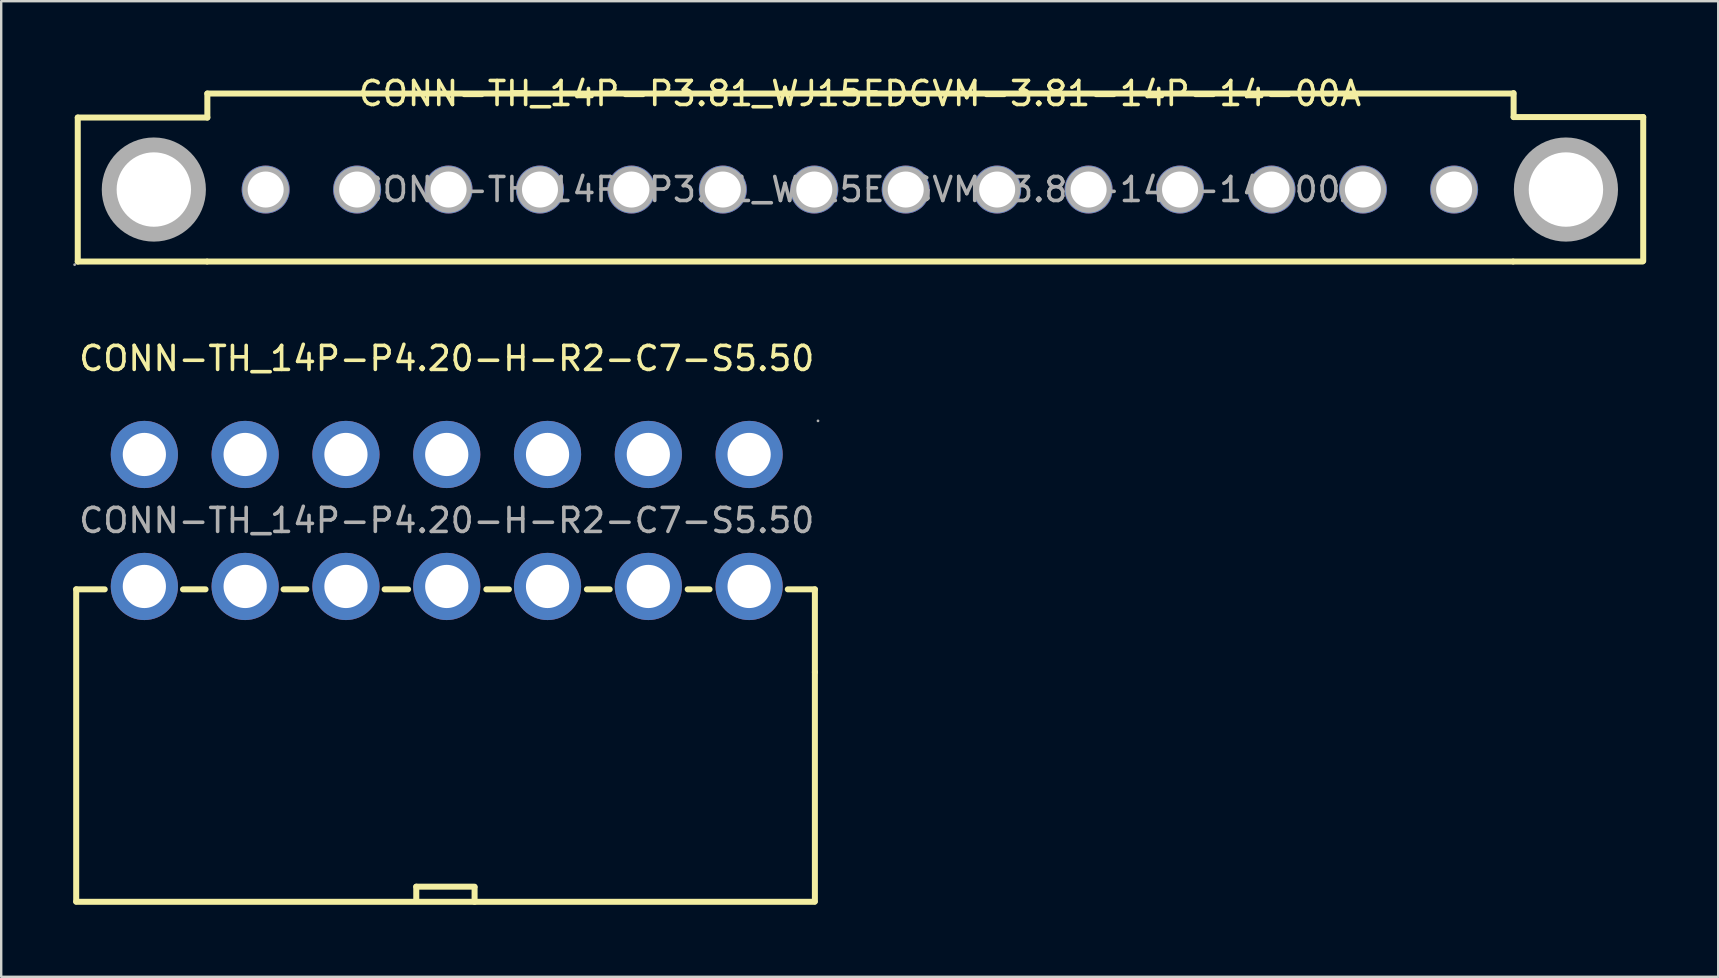
<source format=kicad_pcb>
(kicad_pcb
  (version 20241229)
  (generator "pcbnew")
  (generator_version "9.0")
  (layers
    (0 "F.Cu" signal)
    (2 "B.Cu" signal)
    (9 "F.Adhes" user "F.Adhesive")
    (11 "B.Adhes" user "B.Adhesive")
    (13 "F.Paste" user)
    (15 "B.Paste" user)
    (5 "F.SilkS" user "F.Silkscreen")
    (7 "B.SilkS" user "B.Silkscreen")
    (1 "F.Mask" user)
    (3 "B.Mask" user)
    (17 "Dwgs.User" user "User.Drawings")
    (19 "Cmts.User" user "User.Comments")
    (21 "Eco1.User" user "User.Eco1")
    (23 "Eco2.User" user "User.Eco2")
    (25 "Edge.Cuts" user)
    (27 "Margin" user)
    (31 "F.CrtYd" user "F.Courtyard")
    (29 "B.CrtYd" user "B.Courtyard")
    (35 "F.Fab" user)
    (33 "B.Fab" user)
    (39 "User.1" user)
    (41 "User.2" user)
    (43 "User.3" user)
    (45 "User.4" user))
  (footprint "CONN-TH_14P-P3.81_WJ15EDGVM-3.81-14P-14-00A"
    (layer "F.Cu")
    (at 32.78 4.848)
    (property "Reference" "CONN-TH_14P-P3.81_WJ15EDGVM-3.81-14P-14-00A" (at 0 -4 0) (layer "F.SilkS") (effects (font (size 1 1) (thickness 0.15))))
    (attr through_hole)
    (fp_line (start -32.59 -3) (end -27.19 -3) (stroke (width 0.25) (type solid)) (layer "F.SilkS"))
    (fp_line (start -32.59 3) (end -32.59 -3) (stroke (width 0.25) (type solid)) (layer "F.SilkS"))
    (fp_line (start -32.59 3) (end -27.21 3) (stroke (width 0.25) (type solid)) (layer "F.SilkS"))
    (fp_line (start -27.19 -4) (end -27.19 -3) (stroke (width 0.25) (type solid)) (layer "F.SilkS"))
    (fp_line (start -27.19 -4) (end 27.23 -4) (stroke (width 0.25) (type solid)) (layer "F.SilkS"))
    (fp_line (start -27.19 3) (end 27.21 3) (stroke (width 0.25) (type solid)) (layer "F.SilkS"))
    (fp_line (start 27.23 3) (end 32.61 3) (stroke (width 0.25) (type solid)) (layer "F.SilkS"))
    (fp_line (start 27.24 -4.02) (end 27.24 -3.02) (stroke (width 0.25) (type solid)) (layer "F.SilkS"))
    (fp_line (start 32.64 -3.02) (end 27.24 -3.02) (stroke (width 0.25) (type solid)) (layer "F.SilkS"))
    (fp_line (start 32.64 2.98) (end 32.64 -3.02) (stroke (width 0.25) (type solid)) (layer "F.SilkS"))
    (fp_circle (center -32.72 3.13) (end -32.69 3.13) (stroke (width 0.06) (type solid)) (fill no) (layer "F.Fab"))
    (fp_circle (center -29.42 0) (end -28.7 0) (stroke (width 1.45) (type solid)) (fill no) (layer "F.Fab"))
    (fp_circle (center -24.76 0) (end -24.44 0) (stroke (width 0.65) (type solid)) (fill no) (layer "F.Fab"))
    (fp_circle (center -20.95 0) (end -20.63 0) (stroke (width 0.65) (type solid)) (fill no) (layer "F.Fab"))
    (fp_circle (center -17.14 0) (end -16.82 0) (stroke (width 0.65) (type solid)) (fill no) (layer "F.Fab"))
    (fp_circle (center -13.33 0) (end -13.01 0) (stroke (width 0.65) (type solid)) (fill no) (layer "F.Fab"))
    (fp_circle (center -9.52 0) (end -9.2 0) (stroke (width 0.65) (type solid)) (fill no) (layer "F.Fab"))
    (fp_circle (center -5.71 0) (end -5.39 0) (stroke (width 0.65) (type solid)) (fill no) (layer "F.Fab"))
    (fp_circle (center -1.9 0) (end -1.58 0) (stroke (width 0.65) (type solid)) (fill no) (layer "F.Fab"))
    (fp_circle (center 1.91 0) (end 2.23 0) (stroke (width 0.65) (type solid)) (fill no) (layer "F.Fab"))
    (fp_circle (center 5.72 0) (end 6.04 0) (stroke (width 0.65) (type solid)) (fill no) (layer "F.Fab"))
    (fp_circle (center 9.53 0) (end 9.85 0) (stroke (width 0.65) (type solid)) (fill no) (layer "F.Fab"))
    (fp_circle (center 13.34 0) (end 13.66 0) (stroke (width 0.65) (type solid)) (fill no) (layer "F.Fab"))
    (fp_circle (center 17.15 0) (end 17.47 0) (stroke (width 0.65) (type solid)) (fill no) (layer "F.Fab"))
    (fp_circle (center 20.96 0) (end 21.28 0) (stroke (width 0.65) (type solid)) (fill no) (layer "F.Fab"))
    (fp_circle (center 24.76 0) (end 25.08 0) (stroke (width 0.65) (type solid)) (fill no) (layer "F.Fab"))
    (fp_circle (center 29.42 0) (end 30.14 0) (stroke (width 1.45) (type solid)) (fill no) (layer "F.Fab"))
    (fp_text user "${REFERENCE}" (at 0 0 0) (layer "F.Fab") (effects (font (size 1 1) (thickness 0.15))))
    (pad "" thru_hole circle (at -29.42 0) (size 3.1 3.1) (drill 3.1) (layers "*.Cu" "*.Mask"))
    (pad "" thru_hole circle (at 29.42 0) (size 3.1 3.1) (drill 3.1) (layers "*.Cu" "*.Mask"))
    (pad "1" thru_hole circle (at -24.76 0) (size 2 2) (drill 1.5) (layers "*.Cu" "*.Paste" "*.Mask"))
    (pad "2" thru_hole circle (at -20.95 0) (size 2 2) (drill 1.5) (layers "*.Cu" "*.Paste" "*.Mask"))
    (pad "3" thru_hole circle (at -17.14 0) (size 2 2) (drill 1.5) (layers "*.Cu" "*.Paste" "*.Mask"))
    (pad "4" thru_hole circle (at -13.33 0) (size 2 2) (drill 1.5) (layers "*.Cu" "*.Paste" "*.Mask"))
    (pad "5" thru_hole circle (at -9.52 0) (size 2 2) (drill 1.5) (layers "*.Cu" "*.Paste" "*.Mask"))
    (pad "6" thru_hole circle (at -5.71 0) (size 2 2) (drill 1.5) (layers "*.Cu" "*.Paste" "*.Mask"))
    (pad "7" thru_hole circle (at -1.9 0) (size 2 2) (drill 1.5) (layers "*.Cu" "*.Paste" "*.Mask"))
    (pad "8" thru_hole circle (at 1.91 0) (size 2 2) (drill 1.5) (layers "*.Cu" "*.Paste" "*.Mask"))
    (pad "9" thru_hole circle (at 5.72 0) (size 2 2) (drill 1.5) (layers "*.Cu" "*.Paste" "*.Mask"))
    (pad "10" thru_hole circle (at 9.53 0) (size 2 2) (drill 1.5) (layers "*.Cu" "*.Paste" "*.Mask"))
    (pad "11" thru_hole circle (at 13.34 0) (size 2 2) (drill 1.5) (layers "*.Cu" "*.Paste" "*.Mask"))
    (pad "12" thru_hole circle (at 17.15 0) (size 2 2) (drill 1.5) (layers "*.Cu" "*.Paste" "*.Mask"))
    (pad "13" thru_hole circle (at 20.96 0) (size 2 2) (drill 1.5) (layers "*.Cu" "*.Paste" "*.Mask"))
    (pad "14" thru_hole circle (at 24.76 0) (size 2 2) (drill 1.5) (layers "*.Cu" "*.Paste" "*.Mask")))
  (footprint "CONN-TH_14P-P4.20-H-R2-C7-S5.50"
    (layer "F.Cu")
    (at 15.565 18.637)
    (property "Reference" "CONN-TH_14P-P4.20-H-R2-C7-S5.50" (at 0 -6.75 0) (layer "F.SilkS") (effects (font (size 1 1) (thickness 0.15))))
    (attr through_hole)
    (fp_line (start -15.44 2.87) (end -15.44 15.87) (stroke (width 0.25) (type solid)) (layer "F.SilkS"))
    (fp_line (start -15.44 2.87) (end -14.25 2.87) (stroke (width 0.25) (type solid)) (layer "F.SilkS"))
    (fp_line (start -15.44 15.89) (end 15.33 15.89) (stroke (width 0.25) (type solid)) (layer "F.SilkS"))
    (fp_line (start -10.99 2.87) (end -10.05 2.87) (stroke (width 0.25) (type solid)) (layer "F.SilkS"))
    (fp_line (start -6.8 2.87) (end -5.85 2.87) (stroke (width 0.25) (type solid)) (layer "F.SilkS"))
    (fp_line (start -2.59 2.87) (end -1.61 2.87) (stroke (width 0.25) (type solid)) (layer "F.SilkS"))
    (fp_line (start -1.27 15.26) (end -1.27 15.86) (stroke (width 0.25) (type solid)) (layer "F.SilkS"))
    (fp_line (start -1.27 15.26) (end 1.16 15.26) (stroke (width 0.25) (type solid)) (layer "F.SilkS"))
    (fp_line (start 1.16 15.29) (end 1.16 15.89) (stroke (width 0.25) (type solid)) (layer "F.SilkS"))
    (fp_line (start 1.65 2.87) (end 2.59 2.87) (stroke (width 0.25) (type solid)) (layer "F.SilkS"))
    (fp_line (start 5.84 2.87) (end 6.79 2.87) (stroke (width 0.25) (type solid)) (layer "F.SilkS"))
    (fp_line (start 10.04 2.87) (end 10.95 2.87) (stroke (width 0.25) (type solid)) (layer "F.SilkS"))
    (fp_line (start 14.21 2.87) (end 15.34 2.87) (stroke (width 0.25) (type solid)) (layer "F.SilkS"))
    (fp_line (start 15.34 2.87) (end 15.34 6.32) (stroke (width 0.25) (type solid)) (layer "F.SilkS"))
    (fp_line (start 15.34 6.32) (end 15.34 15.87) (stroke (width 0.25) (type solid)) (layer "F.SilkS"))
    (fp_circle (center -12.6 -2.75) (end -12.2 -2.75) (stroke (width 0.8) (type solid)) (fill no) (layer "F.Fab"))
    (fp_circle (center -12.6 2.75) (end -12.2 2.75) (stroke (width 0.8) (type solid)) (fill no) (layer "F.Fab"))
    (fp_circle (center -8.4 -2.75) (end -8 -2.75) (stroke (width 0.8) (type solid)) (fill no) (layer "F.Fab"))
    (fp_circle (center -8.4 2.75) (end -8 2.75) (stroke (width 0.8) (type solid)) (fill no) (layer "F.Fab"))
    (fp_circle (center -4.2 -2.75) (end -3.8 -2.75) (stroke (width 0.8) (type solid)) (fill no) (layer "F.Fab"))
    (fp_circle (center -4.2 2.75) (end -3.8 2.75) (stroke (width 0.8) (type solid)) (fill no) (layer "F.Fab"))
    (fp_circle (center 0 -2.75) (end 0.4 -2.75) (stroke (width 0.8) (type solid)) (fill no) (layer "F.Fab"))
    (fp_circle (center 0 2.75) (end 0.4 2.75) (stroke (width 0.8) (type solid)) (fill no) (layer "F.Fab"))
    (fp_circle (center 4.2 -2.75) (end 4.6 -2.75) (stroke (width 0.8) (type solid)) (fill no) (layer "F.Fab"))
    (fp_circle (center 4.2 2.75) (end 4.6 2.75) (stroke (width 0.8) (type solid)) (fill no) (layer "F.Fab"))
    (fp_circle (center 8.4 -2.75) (end 8.8 -2.75) (stroke (width 0.8) (type solid)) (fill no) (layer "F.Fab"))
    (fp_circle (center 8.4 2.75) (end 8.8 2.75) (stroke (width 0.8) (type solid)) (fill no) (layer "F.Fab"))
    (fp_circle (center 12.6 -2.75) (end 13 -2.75) (stroke (width 0.8) (type solid)) (fill no) (layer "F.Fab"))
    (fp_circle (center 12.6 2.75) (end 13 2.75) (stroke (width 0.8) (type solid)) (fill no) (layer "F.Fab"))
    (fp_circle (center 15.47 -4.15) (end 15.5 -4.15) (stroke (width 0.06) (type solid)) (fill no) (layer "F.Fab"))
    (fp_text user "${REFERENCE}" (at 0 0 0) (layer "F.Fab") (effects (font (size 1 1) (thickness 0.15))))
    (pad "1" thru_hole circle (at 12.6 -2.75 180) (size 2.8 2.8) (drill 1.8) (layers "*.Cu" "*.Paste" "*.Mask"))
    (pad "2" thru_hole circle (at 12.6 2.75 180) (size 2.8 2.8) (drill 1.8) (layers "*.Cu" "*.Paste" "*.Mask"))
    (pad "3" thru_hole circle (at 8.4 -2.75 180) (size 2.8 2.8) (drill 1.8) (layers "*.Cu" "*.Paste" "*.Mask"))
    (pad "4" thru_hole circle (at 8.4 2.75 180) (size 2.8 2.8) (drill 1.8) (layers "*.Cu" "*.Paste" "*.Mask"))
    (pad "5" thru_hole circle (at 4.2 -2.75 180) (size 2.8 2.8) (drill 1.8) (layers "*.Cu" "*.Paste" "*.Mask"))
    (pad "6" thru_hole circle (at 4.2 2.75 180) (size 2.8 2.8) (drill 1.8) (layers "*.Cu" "*.Paste" "*.Mask"))
    (pad "7" thru_hole circle (at 0 -2.75 180) (size 2.8 2.8) (drill 1.8) (layers "*.Cu" "*.Paste" "*.Mask"))
    (pad "8" thru_hole circle (at 0 2.75 180) (size 2.8 2.8) (drill 1.8) (layers "*.Cu" "*.Paste" "*.Mask"))
    (pad "9" thru_hole circle (at -4.2 -2.75 180) (size 2.8 2.8) (drill 1.8) (layers "*.Cu" "*.Paste" "*.Mask"))
    (pad "10" thru_hole circle (at -4.2 2.75 180) (size 2.8 2.8) (drill 1.8) (layers "*.Cu" "*.Paste" "*.Mask"))
    (pad "11" thru_hole circle (at -8.4 -2.75 180) (size 2.8 2.8) (drill 1.8) (layers "*.Cu" "*.Paste" "*.Mask"))
    (pad "12" thru_hole circle (at -8.4 2.75 180) (size 2.8 2.8) (drill 1.8) (layers "*.Cu" "*.Paste" "*.Mask"))
    (pad "13" thru_hole circle (at -12.6 -2.75 180) (size 2.8 2.8) (drill 1.8) (layers "*.Cu" "*.Paste" "*.Mask"))
    (pad "14" thru_hole circle (at -12.6 2.75 180) (size 2.8 2.8) (drill 1.8) (layers "*.Cu" "*.Paste" "*.Mask")))
  (gr_rect
    (start -3 -3)
    (end 68.545 37.651)
    (stroke (width 0.1) (type default))
    (fill no)
    (layer "Edge.Cuts")))
</source>
